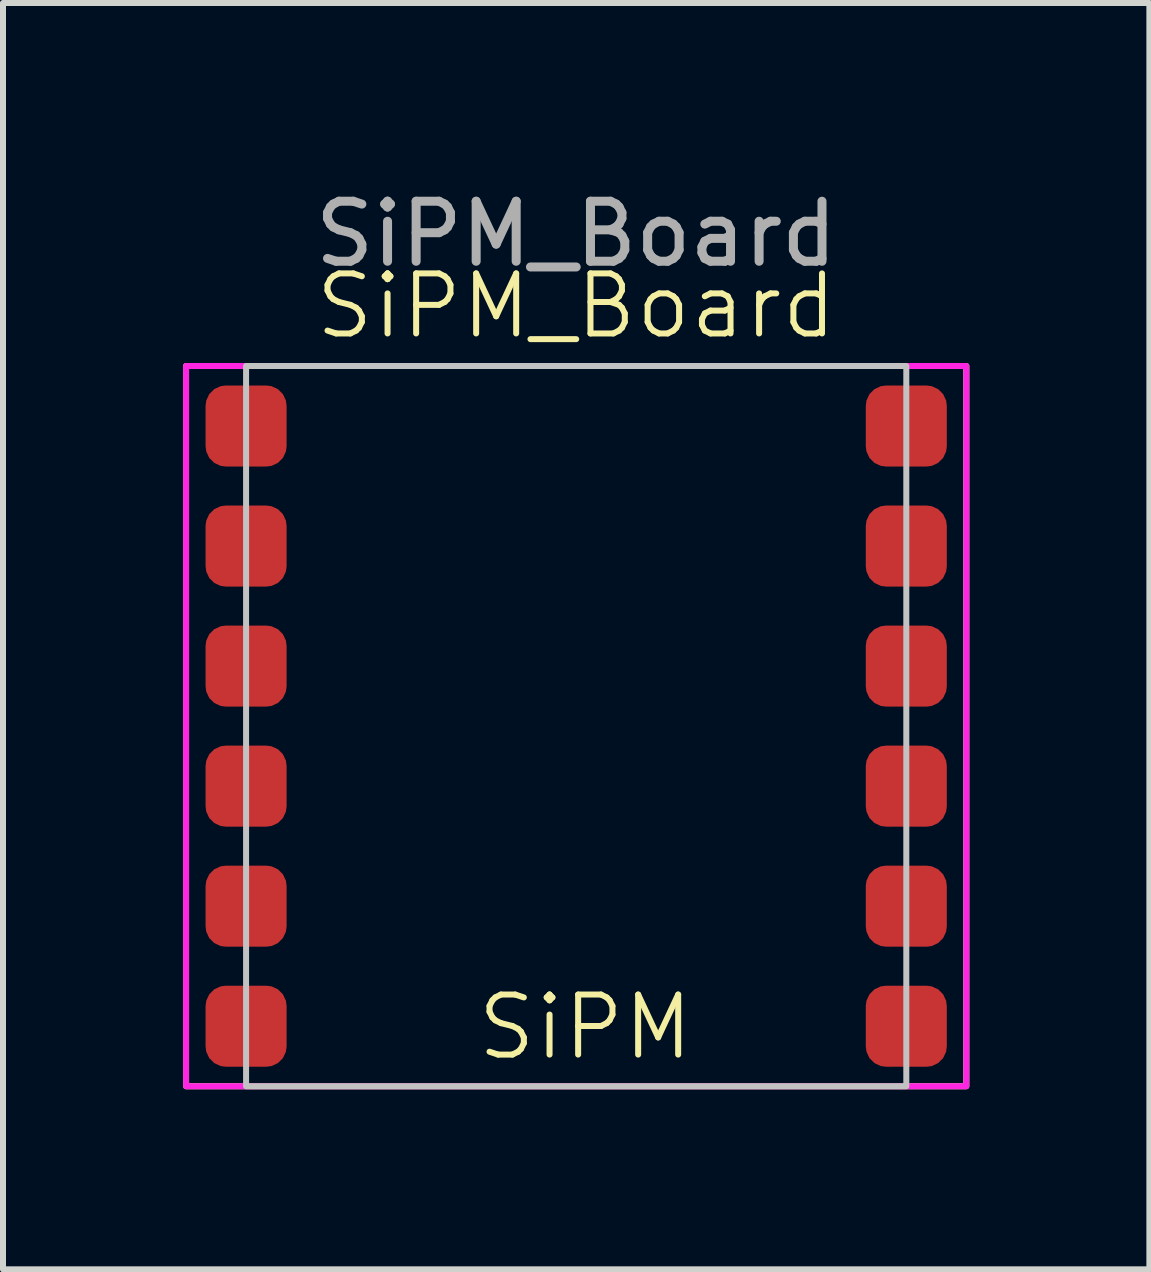
<source format=kicad_pcb>
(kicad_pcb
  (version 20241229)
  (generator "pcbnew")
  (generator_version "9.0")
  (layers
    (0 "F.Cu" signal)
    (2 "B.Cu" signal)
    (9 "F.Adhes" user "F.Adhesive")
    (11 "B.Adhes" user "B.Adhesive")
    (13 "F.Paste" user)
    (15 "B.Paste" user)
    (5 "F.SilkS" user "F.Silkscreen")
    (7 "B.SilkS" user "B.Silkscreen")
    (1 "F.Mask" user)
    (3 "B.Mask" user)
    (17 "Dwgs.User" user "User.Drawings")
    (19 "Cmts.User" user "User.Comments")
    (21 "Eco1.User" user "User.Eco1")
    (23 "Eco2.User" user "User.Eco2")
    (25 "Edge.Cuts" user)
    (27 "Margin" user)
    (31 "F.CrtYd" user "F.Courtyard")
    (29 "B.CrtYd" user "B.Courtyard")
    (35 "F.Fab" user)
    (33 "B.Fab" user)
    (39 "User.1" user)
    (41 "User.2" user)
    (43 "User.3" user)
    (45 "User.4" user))
  (footprint "SiPM_Board"
    (layer "F.Cu")
    (at 6.55 9.048)
    (property "Reference" "SiPM_Board" (at 0 -7 0) (unlocked yes) (layer "F.SilkS") (effects (font (size 1 1) (thickness 0.1))))
    (attr smd)
    (fp_rect (start -6.5 -6) (end 6.5 6) (stroke (width 0.1) (type default)) (fill no) (layer "F.SilkS"))
    (fp_rect (start -5.5 -6) (end 5.5 6) (stroke (width 0.1) (type default)) (fill no) (layer "Dwgs.User"))
    (fp_rect (start -6.5 -6) (end 6.5 6) (stroke (width 0.1) (type default)) (fill no) (layer "F.CrtYd"))
    (fp_text user "SiPM" (at -1.7 5.6 0) (unlocked yes) (layer "F.SilkS") (effects (font (size 1 1) (thickness 0.1)) (justify left bottom)))
    (fp_text user "${REFERENCE}" (at 0 -8.2 0) (unlocked yes) (layer "F.Fab") (effects (font (size 1 1) (thickness 0.15))))
    (pad "1" smd roundrect (at -5.5 -5) (size 1.35 1.35) (layers "F.Cu" "F.Mask" "F.Paste") (roundrect_rratio 0.25))
    (pad "2" smd roundrect (at -5.5 -3) (size 1.35 1.35) (layers "F.Cu" "F.Mask" "F.Paste") (roundrect_rratio 0.25))
    (pad "3" smd roundrect (at -5.5 -1) (size 1.35 1.35) (layers "F.Cu" "F.Mask" "F.Paste") (roundrect_rratio 0.25))
    (pad "4" smd roundrect (at -5.5 1) (size 1.35 1.35) (layers "F.Cu" "F.Mask" "F.Paste") (roundrect_rratio 0.25))
    (pad "5" smd roundrect (at -5.5 3) (size 1.35 1.35) (layers "F.Cu" "F.Mask" "F.Paste") (roundrect_rratio 0.25))
    (pad "6" smd roundrect (at -5.5 5) (size 1.35 1.35) (layers "F.Cu" "F.Mask" "F.Paste") (roundrect_rratio 0.25))
    (pad "7" smd roundrect (at 5.5 5) (size 1.35 1.35) (layers "F.Cu" "F.Mask" "F.Paste") (roundrect_rratio 0.25))
    (pad "8" smd roundrect (at 5.5 3) (size 1.35 1.35) (layers "F.Cu" "F.Mask" "F.Paste") (roundrect_rratio 0.25))
    (pad "9" smd roundrect (at 5.5 1) (size 1.35 1.35) (layers "F.Cu" "F.Mask" "F.Paste") (roundrect_rratio 0.25))
    (pad "10" smd roundrect (at 5.5 -1) (size 1.35 1.35) (layers "F.Cu" "F.Mask" "F.Paste") (roundrect_rratio 0.25))
    (pad "11" smd roundrect (at 5.5 -3) (size 1.35 1.35) (layers "F.Cu" "F.Mask" "F.Paste") (roundrect_rratio 0.25))
    (pad "12" smd roundrect (at 5.5 -5) (size 1.35 1.35) (layers "F.Cu" "F.Mask" "F.Paste") (roundrect_rratio 0.25)))
  (gr_rect
    (start -3 -3)
    (end 16.1 18.098)
    (stroke (width 0.1) (type default))
    (fill no)
    (layer "Edge.Cuts")))
</source>
